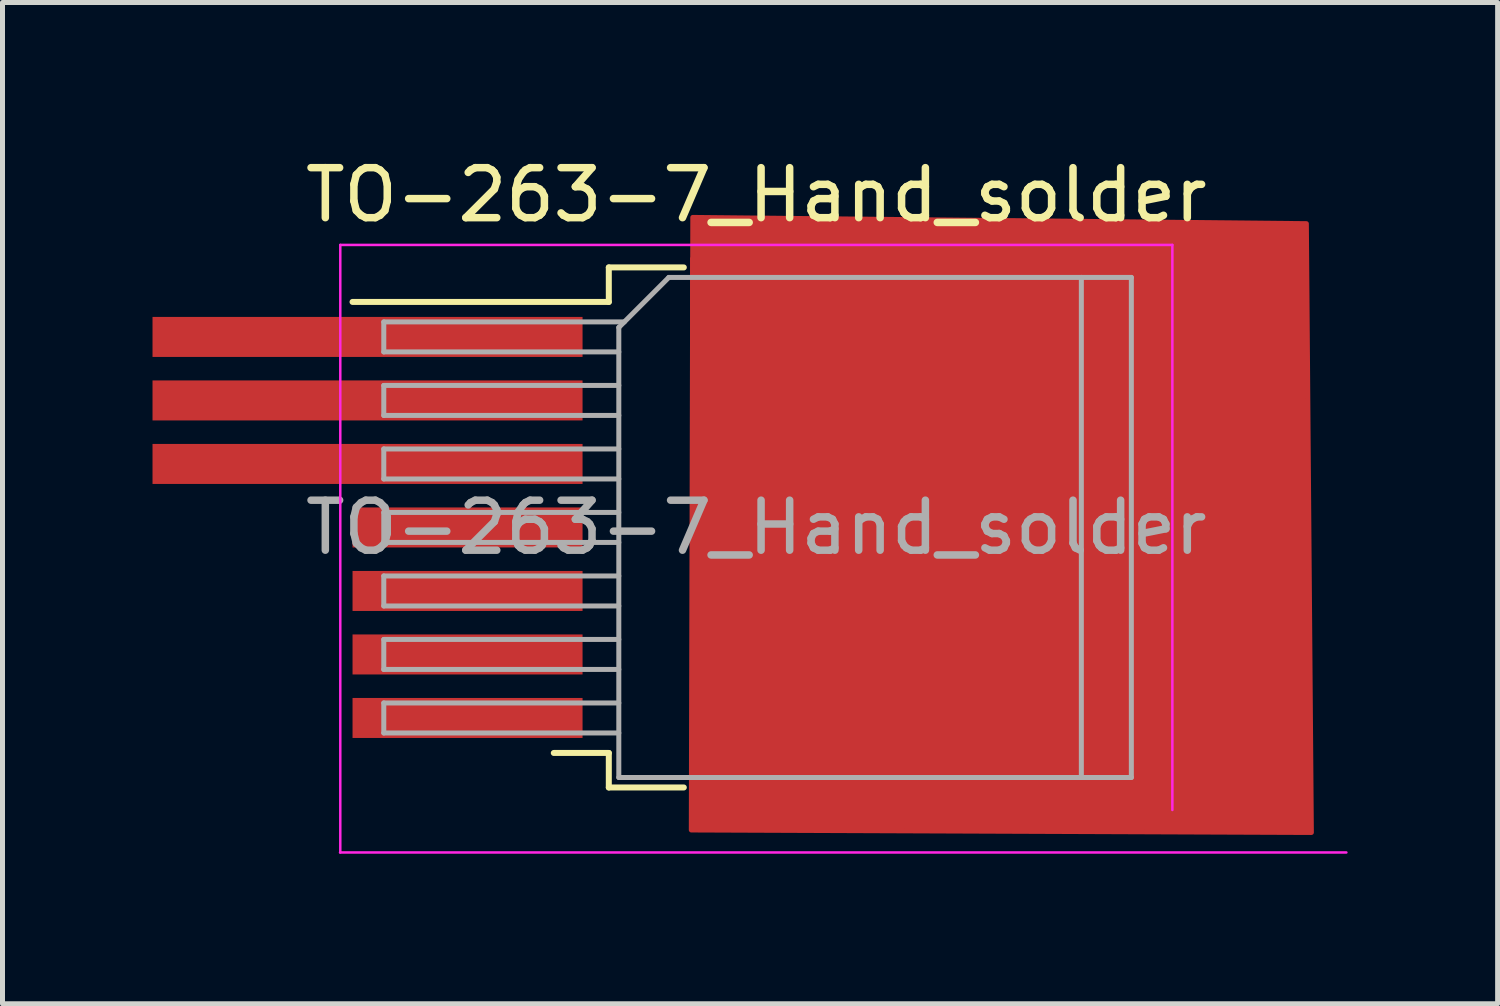
<source format=kicad_pcb>
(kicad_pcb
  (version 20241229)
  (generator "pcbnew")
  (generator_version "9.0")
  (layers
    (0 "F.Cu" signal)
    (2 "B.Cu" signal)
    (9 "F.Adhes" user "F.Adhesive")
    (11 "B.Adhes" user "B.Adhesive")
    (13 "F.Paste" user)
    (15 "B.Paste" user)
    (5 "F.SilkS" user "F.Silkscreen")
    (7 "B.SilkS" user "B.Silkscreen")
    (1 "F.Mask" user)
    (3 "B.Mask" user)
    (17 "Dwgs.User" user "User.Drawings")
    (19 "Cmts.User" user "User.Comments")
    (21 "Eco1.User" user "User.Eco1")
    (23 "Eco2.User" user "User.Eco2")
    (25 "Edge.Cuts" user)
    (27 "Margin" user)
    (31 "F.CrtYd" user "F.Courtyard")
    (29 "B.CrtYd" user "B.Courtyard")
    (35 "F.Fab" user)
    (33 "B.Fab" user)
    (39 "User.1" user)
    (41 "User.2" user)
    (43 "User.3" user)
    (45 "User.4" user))
  (footprint "TO-263-7_Hand_solder"
    (layer "F.Cu")
    (at 12.075 7.498)
    (property "Reference" "TO-263-7_Hand_solder" (at 0 -6.65 180) (layer "F.SilkS") (effects (font (size 1 1) (thickness 0.15))))
    (attr smd)
    (fp_poly (pts (xy 11.1 6.1) (xy -1.3 6.05) (xy -1.27 -6.2) (xy 11 -6.075)) (stroke (width 0.1) (type solid)) (fill yes) (layer "F.Cu"))
    (fp_line (start -2.95 -5.2) (end -2.95 -4.51) (stroke (width 0.12) (type solid)) (layer "F.SilkS"))
    (fp_line (start -2.95 -4.51) (end -8.075 -4.51) (stroke (width 0.12) (type solid)) (layer "F.SilkS"))
    (fp_line (start -2.95 4.51) (end -4.05 4.51) (stroke (width 0.12) (type solid)) (layer "F.SilkS"))
    (fp_line (start -2.95 5.2) (end -2.95 4.51) (stroke (width 0.12) (type solid)) (layer "F.SilkS"))
    (fp_line (start -1.45 -5.2) (end -2.95 -5.2) (stroke (width 0.12) (type solid)) (layer "F.SilkS"))
    (fp_line (start -1.45 5.2) (end -2.95 5.2) (stroke (width 0.12) (type solid)) (layer "F.SilkS"))
    (fp_line (start -8.325 6.5) (end 11.8 6.5) (stroke (width 0.05) (type solid)) (layer "F.CrtYd"))
    (fp_line (start -8.32 -5.65) (end -8.32 6.5) (stroke (width 0.05) (type solid)) (layer "F.CrtYd"))
    (fp_line (start 8.32 -5.65) (end -8.32 -5.65) (stroke (width 0.05) (type solid)) (layer "F.CrtYd"))
    (fp_line (start 8.32 5.65) (end 8.32 -5.65) (stroke (width 0.05) (type solid)) (layer "F.CrtYd"))
    (fp_line (start -7.45 -4.11) (end -7.45 -3.51) (stroke (width 0.1) (type solid)) (layer "F.Fab"))
    (fp_line (start -7.45 -3.51) (end -2.75 -3.51) (stroke (width 0.1) (type solid)) (layer "F.Fab"))
    (fp_line (start -7.45 -2.84) (end -7.45 -2.24) (stroke (width 0.1) (type solid)) (layer "F.Fab"))
    (fp_line (start -7.45 -2.24) (end -2.75 -2.24) (stroke (width 0.1) (type solid)) (layer "F.Fab"))
    (fp_line (start -7.45 -1.57) (end -7.45 -0.97) (stroke (width 0.1) (type solid)) (layer "F.Fab"))
    (fp_line (start -7.45 -0.97) (end -2.75 -0.97) (stroke (width 0.1) (type solid)) (layer "F.Fab"))
    (fp_line (start -7.45 -0.3) (end -7.45 0.3) (stroke (width 0.1) (type solid)) (layer "F.Fab"))
    (fp_line (start -7.45 0.3) (end -2.75 0.3) (stroke (width 0.1) (type solid)) (layer "F.Fab"))
    (fp_line (start -7.45 0.97) (end -7.45 1.57) (stroke (width 0.1) (type solid)) (layer "F.Fab"))
    (fp_line (start -7.45 1.57) (end -2.75 1.57) (stroke (width 0.1) (type solid)) (layer "F.Fab"))
    (fp_line (start -7.45 2.24) (end -7.45 2.84) (stroke (width 0.1) (type solid)) (layer "F.Fab"))
    (fp_line (start -7.45 2.84) (end -2.75 2.84) (stroke (width 0.1) (type solid)) (layer "F.Fab"))
    (fp_line (start -7.45 3.51) (end -7.45 4.11) (stroke (width 0.1) (type solid)) (layer "F.Fab"))
    (fp_line (start -7.45 4.11) (end -2.75 4.11) (stroke (width 0.1) (type solid)) (layer "F.Fab"))
    (fp_line (start -2.75 -4) (end -1.75 -5) (stroke (width 0.1) (type solid)) (layer "F.Fab"))
    (fp_line (start -2.75 -2.84) (end -7.45 -2.84) (stroke (width 0.1) (type solid)) (layer "F.Fab"))
    (fp_line (start -2.75 -1.57) (end -7.45 -1.57) (stroke (width 0.1) (type solid)) (layer "F.Fab"))
    (fp_line (start -2.75 -0.3) (end -7.45 -0.3) (stroke (width 0.1) (type solid)) (layer "F.Fab"))
    (fp_line (start -2.75 0.97) (end -7.45 0.97) (stroke (width 0.1) (type solid)) (layer "F.Fab"))
    (fp_line (start -2.75 2.24) (end -7.45 2.24) (stroke (width 0.1) (type solid)) (layer "F.Fab"))
    (fp_line (start -2.75 3.51) (end -7.45 3.51) (stroke (width 0.1) (type solid)) (layer "F.Fab"))
    (fp_line (start -2.75 5) (end -2.75 -4) (stroke (width 0.1) (type solid)) (layer "F.Fab"))
    (fp_line (start -2.64 -4.11) (end -7.45 -4.11) (stroke (width 0.1) (type solid)) (layer "F.Fab"))
    (fp_line (start -1.75 -5) (end 6.5 -5) (stroke (width 0.1) (type solid)) (layer "F.Fab"))
    (fp_line (start 6.5 -5) (end 6.5 5) (stroke (width 0.1) (type solid)) (layer "F.Fab"))
    (fp_line (start 6.5 -5) (end 7.5 -5) (stroke (width 0.1) (type solid)) (layer "F.Fab"))
    (fp_line (start 6.5 5) (end -2.75 5) (stroke (width 0.1) (type solid)) (layer "F.Fab"))
    (fp_line (start 7.5 -5) (end 7.5 5) (stroke (width 0.1) (type solid)) (layer "F.Fab"))
    (fp_line (start 7.5 5) (end 6.5 5) (stroke (width 0.1) (type solid)) (layer "F.Fab"))
    (fp_text user "${REFERENCE}" (at 0 0 0) (layer "F.Fab") (effects (font (size 1 1) (thickness 0.15))))
    (pad "" smd rect (at 0.95 -2.775) (size 5.55 5.75) (drill (offset 0.5 -0.5)) (layers "F.Paste"))
    (pad "" smd rect (at 0.95 2.775) (size 5.55 6.25) (drill (offset 0.5 0.5)) (layers "F.Paste"))
    (pad "" smd rect (at 5.8 -2.775) (size 6.55 5.75) (drill (offset 2 -0.5)) (layers "F.Paste"))
    (pad "" smd rect (at 5.8 2.775) (size 6.55 5.75) (drill (offset 2 0.5)) (layers "F.Paste"))
    (pad "1" smd rect (at -5.775 -3.81) (size 8.6 0.8) (drill (offset -2 0)) (layers "F.Cu" "F.Mask" "F.Paste"))
    (pad "2" smd rect (at -5.775 -2.54) (size 8.6 0.8) (drill (offset -2 0)) (layers "F.Cu" "F.Mask" "F.Paste"))
    (pad "3" smd rect (at -5.775 -1.27) (size 8.6 0.8) (drill (offset -2 0)) (layers "F.Cu" "F.Mask" "F.Paste"))
    (pad "4" smd rect (at -5.775 0) (size 4.6 0.8) (layers "F.Cu" "F.Mask" "F.Paste"))
    (pad "4" smd rect (at 3.375 0) (size 9.4 10.8) (layers "F.Cu" "F.Mask"))
    (pad "5" smd rect (at -5.775 1.27) (size 4.6 0.8) (layers "F.Cu" "F.Mask" "F.Paste"))
    (pad "6" smd rect (at -5.775 2.54) (size 4.6 0.8) (layers "F.Cu" "F.Mask" "F.Paste"))
    (pad "7" smd rect (at -5.775 3.81) (size 4.6 0.8) (layers "F.Cu" "F.Mask" "F.Paste")))
  (gr_rect
    (start -3 -3)
    (end 26.9 17.023)
    (stroke (width 0.1) (type default))
    (fill no)
    (layer "Edge.Cuts")))
</source>
